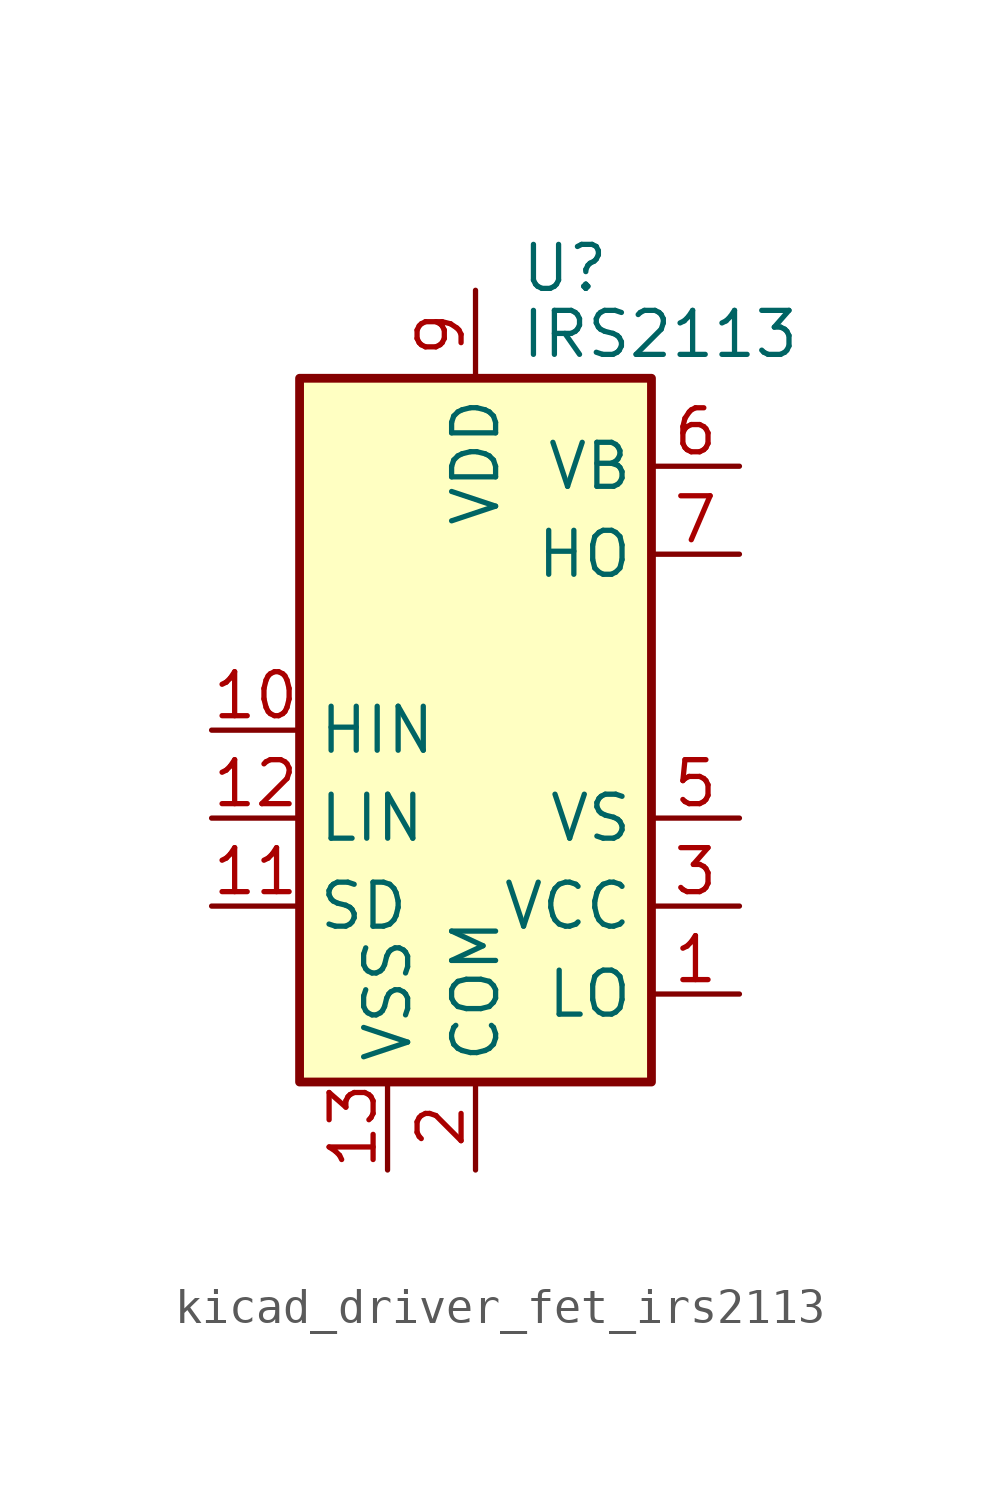
<source format=kicad_sym>
(kicad_symbol_lib
  (version 20220914)
  (generator kicad_symbol_editor)
  (symbol "kicad_driver_fet_irs2113"
    (property "Reference" "U"
      (at 1.27 13.335 0)
      (effects (font (size 1.27 1.27)) (justify left)))
    (property "Value" "IRS2113"
      (at 1.27 11.43 0)
      (effects (font (size 1.27 1.27)) (justify left)))
    (symbol "kicad_driver_fet_irs2113_0_1"
      (rectangle (start -5.08 -10.16) (end 5.08 10.16) (stroke (width 0.254) (type default)) (fill (type background))))
    (symbol "kicad_driver_fet_irs2113_1_1"
      (pin output line (at 7.62 -7.62 180) (length 2.54) (name "LO" (effects (font (size 1.27 1.27)))) (number "1" (effects (font (size 1.27 1.27)))))
      (pin input line (at -7.62 0 0) (length 2.54) (name "HIN" (effects (font (size 1.27 1.27)))) (number "10" (effects (font (size 1.27 1.27)))))
      (pin input line (at -7.62 -5.08 0) (length 2.54) (name "SD" (effects (font (size 1.27 1.27)))) (number "11" (effects (font (size 1.27 1.27)))))
      (pin input line (at -7.62 -2.54 0) (length 2.54) (name "LIN" (effects (font (size 1.27 1.27)))) (number "12" (effects (font (size 1.27 1.27)))))
      (pin power_in line (at -2.54 -12.7 90) (length 2.54) (name "VSS" (effects (font (size 1.27 1.27)))) (number "13" (effects (font (size 1.27 1.27)))))
      (pin no_connect line (at -5.08 2.54 0) (length 2.54) hide (name "NC" (effects (font (size 1.27 1.27)))) (number "14" (effects (font (size 1.27 1.27)))))
      (pin power_in line (at 0 -12.7 90) (length 2.54) (name "COM" (effects (font (size 1.27 1.27)))) (number "2" (effects (font (size 1.27 1.27)))))
      (pin power_in line (at 7.62 -5.08 180) (length 2.54) (name "VCC" (effects (font (size 1.27 1.27)))) (number "3" (effects (font (size 1.27 1.27)))))
      (pin no_connect line (at -5.08 7.62 0) (length 2.54) hide (name "NC" (effects (font (size 1.27 1.27)))) (number "4" (effects (font (size 1.27 1.27)))))
      (pin passive line (at 7.62 -2.54 180) (length 2.54) (name "VS" (effects (font (size 1.27 1.27)))) (number "5" (effects (font (size 1.27 1.27)))))
      (pin passive line (at 7.62 7.62 180) (length 2.54) (name "VB" (effects (font (size 1.27 1.27)))) (number "6" (effects (font (size 1.27 1.27)))))
      (pin output line (at 7.62 5.08 180) (length 2.54) (name "HO" (effects (font (size 1.27 1.27)))) (number "7" (effects (font (size 1.27 1.27)))))
      (pin no_connect line (at -5.08 5.08 0) (length 2.54) hide (name "NC" (effects (font (size 1.27 1.27)))) (number "8" (effects (font (size 1.27 1.27)))))
      (pin power_in line (at 0 12.7 270) (length 2.54) (name "VDD" (effects (font (size 1.27 1.27)))) (number "9" (effects (font (size 1.27 1.27))))))))
</source>
